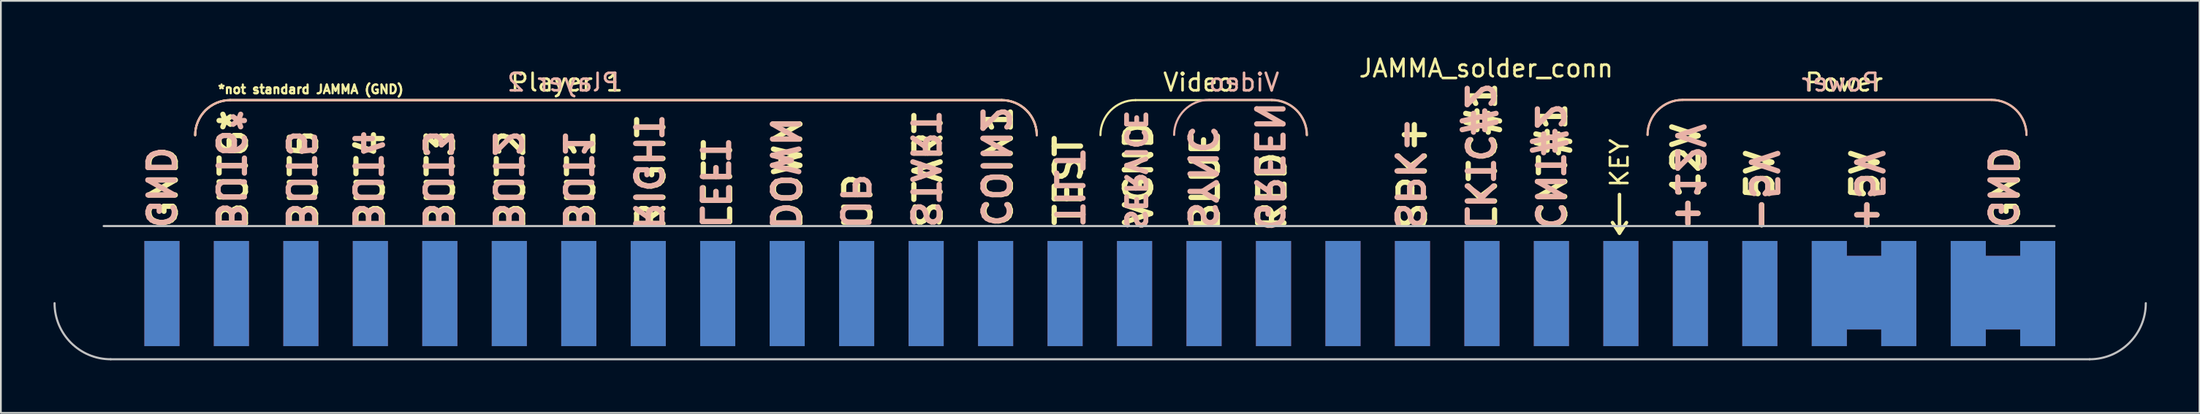
<source format=kicad_pcb>
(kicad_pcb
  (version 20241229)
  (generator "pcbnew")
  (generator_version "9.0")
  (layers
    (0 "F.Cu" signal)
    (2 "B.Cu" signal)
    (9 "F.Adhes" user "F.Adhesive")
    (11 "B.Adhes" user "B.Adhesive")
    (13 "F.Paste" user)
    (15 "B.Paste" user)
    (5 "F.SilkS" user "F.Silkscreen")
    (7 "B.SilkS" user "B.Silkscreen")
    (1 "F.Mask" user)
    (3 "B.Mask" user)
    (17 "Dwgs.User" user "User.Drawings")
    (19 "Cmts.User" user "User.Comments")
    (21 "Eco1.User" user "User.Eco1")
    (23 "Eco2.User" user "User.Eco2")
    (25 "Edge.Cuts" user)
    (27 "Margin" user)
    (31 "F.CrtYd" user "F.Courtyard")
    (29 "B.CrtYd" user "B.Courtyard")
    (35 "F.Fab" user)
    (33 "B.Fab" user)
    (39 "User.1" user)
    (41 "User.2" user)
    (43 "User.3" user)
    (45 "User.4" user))
  (footprint "JAMMA_solder_conn"
    (layer "F.Cu")
    (at 57.66 14.248)
    (property "Reference" "JAMMA_solder_conn" (at 24 -13.4 0) (layer "F.SilkS") (effects (font (size 1 1) (thickness 0.15))))
    (attr smd)
    (fp_rect (start 44.2 -2.6) (end 46.6 1.4) (stroke (width 0.2) (type solid)) (fill yes) (layer "F.Cu"))
    (fp_rect (start 52.2 -2.6) (end 54.6 1.4) (stroke (width 0.2) (type solid)) (fill yes) (layer "F.Cu"))
    (fp_rect (start 44.2 -2.6) (end 46.6 1.4) (stroke (width 0.2) (type solid)) (fill yes) (layer "B.Cu"))
    (fp_rect (start 52.2 -2.6) (end 54.6 1.4) (stroke (width 0.2) (type solid)) (fill yes) (layer "B.Cu"))
    (fp_line (start -3.614 -11.586) (end -47.586 -11.586) (stroke (width 0.12) (type solid)) (layer "F.SilkS"))
    (fp_line (start -3.614 -11.586) (end -47.586 -11.586) (stroke (width 0.12) (type solid)) (layer "F.SilkS"))
    (fp_line (start 11.786 -11.586) (end 4.014 -11.586) (stroke (width 0.12) (type solid)) (layer "F.SilkS"))
    (fp_line (start 31.6 -6.2) (end 31.6 -4) (stroke (width 0.2) (type solid)) (layer "F.SilkS"))
    (fp_line (start 31.6 -4) (end 31.2 -4.6) (stroke (width 0.2) (type solid)) (layer "F.SilkS"))
    (fp_line (start 32 -4.6) (end 31.6 -4) (stroke (width 0.2) (type solid)) (layer "F.SilkS"))
    (fp_line (start 35.2 -11.6) (end 52.8 -11.6) (stroke (width 0.12) (type solid)) (layer "F.SilkS"))
    (fp_arc (start -49.585786 -9.585786) (mid -49 -11) (end -47.585786 -11.585786) (stroke (width 0.12) (type solid)) (layer "F.SilkS"))
    (fp_arc (start -49.585786 -9.585786) (mid -49 -11) (end -47.585786 -11.585786) (stroke (width 0.12) (type solid)) (layer "F.SilkS"))
    (fp_arc (start -3.614214 -11.585786) (mid -2.2 -11) (end -1.614214 -9.585786) (stroke (width 0.12) (type solid)) (layer "F.SilkS"))
    (fp_arc (start -3.614214 -11.585786) (mid -2.199991 -11.000005) (end -1.614214 -9.585786) (stroke (width 0.12) (type solid)) (layer "F.SilkS"))
    (fp_arc (start 2.014214 -9.585786) (mid 2.6 -11) (end 4.014214 -11.585786) (stroke (width 0.12) (type solid)) (layer "F.SilkS"))
    (fp_arc (start 11.785786 -11.585786) (mid 13.2 -11) (end 13.785786 -9.585786) (stroke (width 0.12) (type solid)) (layer "F.SilkS"))
    (fp_arc (start 33.2 -9.6) (mid 33.785786 -11.014214) (end 35.2 -11.6) (stroke (width 0.12) (type solid)) (layer "F.SilkS"))
    (fp_arc (start 52.8 -11.6) (mid 54.214214 -11.014214) (end 54.8 -9.6) (stroke (width 0.12) (type solid)) (layer "F.SilkS"))
    (fp_line (start -3.614 -11.586) (end -47.586 -11.586) (stroke (width 0.12) (type solid)) (layer "B.SilkS"))
    (fp_line (start 11.772 -11.6) (end 8.214 -11.6) (stroke (width 0.12) (type solid)) (layer "B.SilkS"))
    (fp_line (start 35.2 -11.6) (end 52.8 -11.6) (stroke (width 0.12) (type solid)) (layer "B.SilkS"))
    (fp_arc (start -49.585786 -9.585786) (mid -49 -11) (end -47.585786 -11.585786) (stroke (width 0.12) (type solid)) (layer "B.SilkS"))
    (fp_arc (start -3.614214 -11.585786) (mid -2.2 -11) (end -1.614214 -9.585786) (stroke (width 0.12) (type solid)) (layer "B.SilkS"))
    (fp_arc (start 6.214215 -9.6) (mid 6.800001 -11.014214) (end 8.214215 -11.6) (stroke (width 0.12) (type solid)) (layer "B.SilkS"))
    (fp_arc (start 11.771572 -11.6) (mid 13.185786 -11.014214) (end 13.771572 -9.6) (stroke (width 0.12) (type solid)) (layer "B.SilkS"))
    (fp_arc (start 33.2 -9.6) (mid 33.785786 -11.014214) (end 35.2 -11.6) (stroke (width 0.12) (type solid)) (layer "B.SilkS"))
    (fp_arc (start 52.8 -11.6) (mid 54.214214 -11.014214) (end 54.8 -9.6) (stroke (width 0.12) (type solid)) (layer "B.SilkS"))
    (fp_line (start 56.4 -4.4) (end -54.8 -4.4) (stroke (width 0.12) (type solid)) (layer "Dwgs.User"))
    (fp_line (start 58.4 3.2) (end -54.4 3.2) (stroke (width 0.12) (type solid)) (layer "Dwgs.User"))
    (fp_arc (start -54.4 3.2) (mid -56.662742 2.262742) (end -57.6 0) (stroke (width 0.12) (type solid)) (layer "Dwgs.User"))
    (fp_arc (start 61.6 0) (mid 60.662742 2.262742) (end 58.4 3.2) (stroke (width 0.12) (type solid)) (layer "Dwgs.User"))
    (fp_text user "LKTC#1" (at 23.8 -8.4 90) (unlocked yes) (layer "F.SilkS") (effects (font (size 1.5 1.5) (thickness 0.3))))
    (fp_text user "BLUE" (at 8 -7 90) (unlocked yes) (layer "F.SilkS") (effects (font (size 1.5 1.5) (thickness 0.3))))
    (fp_text user "TEST" (at 0.2 -7 90) (unlocked yes) (layer "F.SilkS") (effects (font (size 1.5 1.5) (thickness 0.3))))
    (fp_text user "*not standard JAMMA (GND)" (at -43 -12.2 0) (unlocked yes) (layer "F.SilkS") (effects (font (size 0.5 0.5) (thickness 0.125))))
    (fp_text user "BUT1" (at -27.6 -7 90) (unlocked yes) (layer "F.SilkS") (effects (font (size 1.5 1.5) (thickness 0.3))))
    (fp_text user "RIGHT" (at -23.6 -7.4 90) (unlocked yes) (layer "F.SilkS") (effects (font (size 1.5 1.5) (thickness 0.3))))
    (fp_text user "UP" (at -11.8 -5.8 90) (unlocked yes) (layer "F.SilkS") (effects (font (size 1.5 1.5) (thickness 0.3))))
    (fp_text user "-5V" (at 39.6 -6.4 90) (unlocked yes) (layer "F.SilkS") (effects (font (size 1.5 1.5) (thickness 0.3))))
    (fp_text user "START" (at -7.8 -7.6 90) (unlocked yes) (layer "F.SilkS") (effects (font (size 1.5 1.5) (thickness 0.3))))
    (fp_text user "BUT2" (at -31.6 -7 90) (unlocked yes) (layer "F.SilkS") (effects (font (size 1.5 1.5) (thickness 0.3))))
    (fp_text user "DOWN" (at -15.8 -7.4 90) (unlocked yes) (layer "F.SilkS") (effects (font (size 1.5 1.5) (thickness 0.3))))
    (fp_text user "SPK+" (at 19.8 -7.4 90) (unlocked yes) (layer "F.SilkS") (effects (font (size 1.5 1.5) (thickness 0.3))))
    (fp_text user "VGND" (at 4.2 -7.4 90) (unlocked yes) (layer "F.SilkS") (effects (font (size 1.5 1.5) (thickness 0.3))))
    (fp_text user "BUT5" (at -43.4 -7 90) (unlocked yes) (layer "F.SilkS") (effects (font (size 1.5 1.5) (thickness 0.3))))
    (fp_text user "Player 1" (at -28.4 -12.6 0) (unlocked yes) (layer "F.SilkS") (effects (font (size 1 1) (thickness 0.15))))
    (fp_text user "BUT6*" (at -47.4 -7.6 90) (unlocked yes) (layer "F.SilkS") (effects (font (size 1.5 1.5) (thickness 0.3))))
    (fp_text user "COIN1" (at -3.8 -7.8 90) (unlocked yes) (layer "F.SilkS") (effects (font (size 1.5 1.5) (thickness 0.3))))
    (fp_text user "Power" (at 44.4 -12.6 0) (unlocked yes) (layer "F.SilkS") (effects (font (size 1 1) (thickness 0.15))))
    (fp_text user "GND" (at 53.6 -6.6 90) (unlocked yes) (layer "F.SilkS") (effects (font (size 1.5 1.5) (thickness 0.3))))
    (fp_text user "BUT4" (at -39.6 -7 90) (unlocked yes) (layer "F.SilkS") (effects (font (size 1.5 1.5) (thickness 0.3))))
    (fp_text user "CNT#1" (at 27.8 -7.8 90) (unlocked yes) (layer "F.SilkS") (effects (font (size 1.5 1.5) (thickness 0.3))))
    (fp_text user "GND" (at -51.4 -6.6 90) (unlocked yes) (layer "F.SilkS") (effects (font (size 1.5 1.5) (thickness 0.3))))
    (fp_text user "+12V" (at 35.4 -7.2 90) (unlocked yes) (layer "F.SilkS") (effects (font (size 1.5 1.5) (thickness 0.3))))
    (fp_text user "+5V" (at 45.6 -6.4 90) (unlocked yes) (layer "F.SilkS") (effects (font (size 1.5 1.5) (thickness 0.3))))
    (fp_text user "BUT3" (at -35.6 -7 90) (unlocked yes) (layer "F.SilkS") (effects (font (size 1.5 1.5) (thickness 0.3))))
    (fp_text user "Video" (at 7.6 -12.6 0) (unlocked yes) (layer "F.SilkS") (effects (font (size 1 1) (thickness 0.15))))
    (fp_text user "KEY" (at 31.6 -8 90) (unlocked yes) (layer "F.SilkS") (effects (font (size 1 1) (thickness 0.15))))
    (fp_text user "LEFT" (at -19.8 -6.8 90) (unlocked yes) (layer "F.SilkS") (effects (font (size 1.5 1.5) (thickness 0.3))))
    (fp_text user "RED" (at 11.8 -6.4 90) (unlocked yes) (layer "F.SilkS") (effects (font (size 1.5 1.5) (thickness 0.3))))
    (fp_text user "START" (at -8 -7.6 270) (unlocked yes) (layer "B.SilkS") (effects (font (size 1.5 1.5) (thickness 0.3)) (justify mirror)))
    (fp_text user "LKTC#2" (at 23.6 -8.4 270) (unlocked yes) (layer "B.SilkS") (effects (font (size 1.5 1.5) (thickness 0.3)) (justify mirror)))
    (fp_text user "SPK-" (at 19.6 -7.4 270) (unlocked yes) (layer "B.SilkS") (effects (font (size 1.5 1.5) (thickness 0.3)) (justify mirror)))
    (fp_text user "BUT4" (at -39.8 -7 270) (unlocked yes) (layer "B.SilkS") (effects (font (size 1.5 1.5) (thickness 0.3)) (justify mirror)))
    (fp_text user "DOWN" (at -16 -7.4 270) (unlocked yes) (layer "B.SilkS") (effects (font (size 1.5 1.5) (thickness 0.3)) (justify mirror)))
    (fp_text user "RIGHT" (at -23.8 -7.4 270) (unlocked yes) (layer "B.SilkS") (effects (font (size 1.5 1.5) (thickness 0.3)) (justify mirror)))
    (fp_text user "BUT1" (at -27.8 -7 270) (unlocked yes) (layer "B.SilkS") (effects (font (size 1.5 1.5) (thickness 0.3)) (justify mirror)))
    (fp_text user "COIN2" (at -4 -7.8 270) (unlocked yes) (layer "B.SilkS") (effects (font (size 1.5 1.5) (thickness 0.3)) (justify mirror)))
    (fp_text user "BUT6*" (at -47.6 -7.6 270) (unlocked yes) (layer "B.SilkS") (effects (font (size 1.5 1.5) (thickness 0.3)) (justify mirror)))
    (fp_text user "Player 2" (at -28.6 -12.6 0) (unlocked yes) (layer "B.SilkS") (effects (font (size 1 1) (thickness 0.15)) (justify mirror)))
    (fp_text user "GREEN" (at 11.6 -7.8 270) (unlocked yes) (layer "B.SilkS") (effects (font (size 1.5 1.5) (thickness 0.3)) (justify mirror)))
    (fp_text user "GND" (at -51.6 -6.6 270) (unlocked yes) (layer "B.SilkS") (effects (font (size 1.5 1.5) (thickness 0.3)) (justify mirror)))
    (fp_text user "SYNC" (at 7.8 -7.2 270) (unlocked yes) (layer "B.SilkS") (effects (font (size 1.5 1.5) (thickness 0.3)) (justify mirror)))
    (fp_text user "CNT#2" (at 27.6 -7.8 270) (unlocked yes) (layer "B.SilkS") (effects (font (size 1.5 1.5) (thickness 0.3)) (justify mirror)))
    (fp_text user "TILT" (at 0.2 -6.6 270) (unlocked yes) (layer "B.SilkS") (effects (font (size 1.5 1.5) (thickness 0.3)) (justify mirror)))
    (fp_text user "BUT3" (at -35.8 -7 270) (unlocked yes) (layer "B.SilkS") (effects (font (size 1.5 1.5) (thickness 0.3)) (justify mirror)))
    (fp_text user "Video" (at 10.2 -12.6 0) (unlocked yes) (layer "B.SilkS") (effects (font (size 1 1) (thickness 0.15)) (justify mirror)))
    (fp_text user "UP" (at -12 -5.8 270) (unlocked yes) (layer "B.SilkS") (effects (font (size 1.5 1.5) (thickness 0.3)) (justify mirror)))
    (fp_text user "+5V" (at 45.8 -6.4 270) (unlocked yes) (layer "B.SilkS") (effects (font (size 1.5 1.5) (thickness 0.3)) (justify mirror)))
    (fp_text user "BUT2" (at -31.8 -7 270) (unlocked yes) (layer "B.SilkS") (effects (font (size 1.5 1.5) (thickness 0.3)) (justify mirror)))
    (fp_text user "-5V" (at 39.8 -6.4 270) (unlocked yes) (layer "B.SilkS") (effects (font (size 1.5 1.5) (thickness 0.3)) (justify mirror)))
    (fp_text user "+12V" (at 35.6 -7.2 270) (unlocked yes) (layer "B.SilkS") (effects (font (size 1.5 1.5) (thickness 0.3)) (justify mirror)))
    (fp_text user "LEFT" (at -20 -6.8 270) (unlocked yes) (layer "B.SilkS") (effects (font (size 1.5 1.5) (thickness 0.3)) (justify mirror)))
    (fp_text user "Power" (at 44.2 -12.6 0) (unlocked yes) (layer "B.SilkS") (effects (font (size 1 1) (thickness 0.15)) (justify mirror)))
    (fp_text user "BUT5" (at -43.6 -7 270) (unlocked yes) (layer "B.SilkS") (effects (font (size 1.5 1.5) (thickness 0.3)) (justify mirror)))
    (fp_text user "SERVICE" (at 4 -7.6 270) (unlocked yes) (layer "B.SilkS") (effects (font (size 1.1 1.1) (thickness 0.275)) (justify mirror)))
    (fp_text user "GND" (at 53.4 -6.6 270) (unlocked yes) (layer "B.SilkS") (effects (font (size 1.5 1.5) (thickness 0.3)) (justify mirror)))
    (pad "1" smd rect (at 55.44 -0.549 90) (size 6 2) (layers "F.Cu" "F.Mask" "F.Paste"))
    (pad "2" smd rect (at 51.48 -0.549 90) (size 6 2) (layers "F.Cu" "F.Mask" "F.Paste"))
    (pad "3" smd rect (at 47.52 -0.549 90) (size 6 2) (layers "F.Cu" "F.Mask" "F.Paste"))
    (pad "4" smd rect (at 43.56 -0.549 90) (size 6 2) (layers "F.Cu" "F.Mask" "F.Paste"))
    (pad "5" smd rect (at 39.6 -0.549 90) (size 6 2) (layers "F.Cu" "F.Mask" "F.Paste"))
    (pad "6" smd rect (at 35.64 -0.549 90) (size 6 2) (layers "F.Cu" "F.Mask" "F.Paste"))
    (pad "7" smd rect (at 31.68 -0.549 90) (size 6 2) (layers "F.Cu" "F.Mask" "F.Paste"))
    (pad "8" smd rect (at 27.72 -0.549 90) (size 6 2) (layers "F.Cu" "F.Mask" "F.Paste"))
    (pad "9" smd rect (at 23.76 -0.549 90) (size 6 2) (layers "F.Cu" "F.Mask" "F.Paste"))
    (pad "10" smd rect (at 19.8 -0.549 90) (size 6 2) (layers "F.Cu" "F.Mask" "F.Paste"))
    (pad "11" smd rect (at 15.84 -0.549 90) (size 6 2) (layers "F.Cu" "F.Mask" "F.Paste"))
    (pad "12" smd rect (at 11.88 -0.549 90) (size 6 2) (layers "F.Cu" "F.Mask" "F.Paste"))
    (pad "13" smd rect (at 7.92 -0.549 90) (size 6 2) (layers "F.Cu" "F.Mask" "F.Paste"))
    (pad "14" smd rect (at 3.96 -0.549 90) (size 6 2) (layers "F.Cu" "F.Mask" "F.Paste"))
    (pad "15" smd rect (at 0 -0.549 90) (size 6 2) (layers "F.Cu" "F.Mask" "F.Paste"))
    (pad "16" smd rect (at -3.96 -0.549 90) (size 6 2) (layers "F.Cu" "F.Mask" "F.Paste"))
    (pad "17" smd rect (at -7.92 -0.549 90) (size 6 2) (layers "F.Cu" "F.Mask" "F.Paste"))
    (pad "18" smd rect (at -11.88 -0.549 90) (size 6 2) (layers "F.Cu" "F.Mask" "F.Paste"))
    (pad "19" smd rect (at -15.84 -0.549 90) (size 6 2) (layers "F.Cu" "F.Mask" "F.Paste"))
    (pad "20" smd rect (at -19.8 -0.549 90) (size 6 2) (layers "F.Cu" "F.Mask" "F.Paste"))
    (pad "21" smd rect (at -23.76 -0.549 90) (size 6 2) (layers "F.Cu" "F.Mask" "F.Paste"))
    (pad "22" smd rect (at -27.72 -0.549 90) (size 6 2) (layers "F.Cu" "F.Mask" "F.Paste"))
    (pad "23" smd rect (at -31.68 -0.549 90) (size 6 2) (layers "F.Cu" "F.Mask" "F.Paste"))
    (pad "24" smd rect (at -35.64 -0.549 90) (size 6 2) (layers "F.Cu" "F.Mask" "F.Paste"))
    (pad "25" smd rect (at -39.6 -0.549 90) (size 6 2) (layers "F.Cu" "F.Mask" "F.Paste"))
    (pad "26" smd rect (at -43.56 -0.549 90) (size 6 2) (layers "F.Cu" "F.Mask" "F.Paste"))
    (pad "27" smd rect (at -47.52 -0.549 90) (size 6 2) (layers "F.Cu" "F.Mask" "F.Paste"))
    (pad "28" smd rect (at -51.48 -0.549 90) (size 6 2) (layers "F.Cu" "F.Mask" "F.Paste"))
    (pad "A" smd rect (at 55.44 -0.549 270) (size 6 2) (layers "B.Cu" "B.Mask" "B.Paste"))
    (pad "B" smd rect (at 51.48 -0.549 270) (size 6 2) (layers "B.Cu" "B.Mask" "B.Paste"))
    (pad "C" smd rect (at 47.52 -0.549 270) (size 6 2) (layers "B.Cu" "B.Mask" "B.Paste"))
    (pad "D" smd rect (at 43.56 -0.549 270) (size 6 2) (layers "B.Cu" "B.Mask" "B.Paste"))
    (pad "E" smd rect (at 39.6 -0.549 270) (size 6 2) (layers "B.Cu" "B.Mask" "B.Paste"))
    (pad "F" smd rect (at 35.64 -0.549 270) (size 6 2) (layers "B.Cu" "B.Mask" "B.Paste"))
    (pad "H" smd rect (at 31.68 -0.549 270) (size 6 2) (layers "B.Cu" "B.Mask" "B.Paste"))
    (pad "J" smd rect (at 27.72 -0.549 270) (size 6 2) (layers "B.Cu" "B.Mask" "B.Paste"))
    (pad "K" smd rect (at 23.76 -0.549 270) (size 6 2) (layers "B.Cu" "B.Mask" "B.Paste"))
    (pad "L" smd rect (at 19.8 -0.549 270) (size 6 2) (layers "B.Cu" "B.Mask" "B.Paste"))
    (pad "M" smd rect (at 15.84 -0.549 270) (size 6 2) (layers "B.Cu" "B.Mask" "B.Paste"))
    (pad "N" smd rect (at 11.88 -0.549 270) (size 6 2) (layers "B.Cu" "B.Mask" "B.Paste"))
    (pad "P" smd rect (at 7.92 -0.549 270) (size 6 2) (layers "B.Cu" "B.Mask" "B.Paste"))
    (pad "R" smd rect (at 3.96 -0.549 270) (size 6 2) (layers "B.Cu" "B.Mask" "B.Paste"))
    (pad "S" smd rect (at 0 -0.549 270) (size 6 2) (layers "B.Cu" "B.Mask" "B.Paste"))
    (pad "T" smd rect (at -3.96 -0.549 270) (size 6 2) (layers "B.Cu" "B.Mask" "B.Paste"))
    (pad "U" smd rect (at -7.92 -0.549 270) (size 6 2) (layers "B.Cu" "B.Mask" "B.Paste"))
    (pad "V" smd rect (at -11.88 -0.549 270) (size 6 2) (layers "B.Cu" "B.Mask" "B.Paste"))
    (pad "W" smd rect (at -15.84 -0.549 270) (size 6 2) (layers "B.Cu" "B.Mask" "B.Paste"))
    (pad "X" smd rect (at -19.8 -0.549 270) (size 6 2) (layers "B.Cu" "B.Mask" "B.Paste"))
    (pad "Y" smd rect (at -23.76 -0.549 270) (size 6 2) (layers "B.Cu" "B.Mask" "B.Paste"))
    (pad "Z" smd rect (at -27.72 -0.549 270) (size 6 2) (layers "B.Cu" "B.Mask" "B.Paste"))
    (pad "a" smd rect (at -31.68 -0.549 270) (size 6 2) (layers "B.Cu" "B.Mask" "B.Paste"))
    (pad "b" smd rect (at -35.64 -0.549 270) (size 6 2) (layers "B.Cu" "B.Mask" "B.Paste"))
    (pad "c" smd rect (at -39.6 -0.549 270) (size 6 2) (layers "B.Cu" "B.Mask" "B.Paste"))
    (pad "d" smd rect (at -43.56 -0.549 270) (size 6 2) (layers "B.Cu" "B.Mask" "B.Paste"))
    (pad "e" smd rect (at -47.52 -0.549 270) (size 6 2) (layers "B.Cu" "B.Mask" "B.Paste"))
    (pad "f" smd rect (at -51.48 -0.549 270) (size 6 2) (layers "B.Cu" "B.Mask" "B.Paste")))
  (gr_rect
    (start -3 -3)
    (end 122.32 20.508)
    (stroke (width 0.1) (type default))
    (fill no)
    (layer "Edge.Cuts")))
</source>
